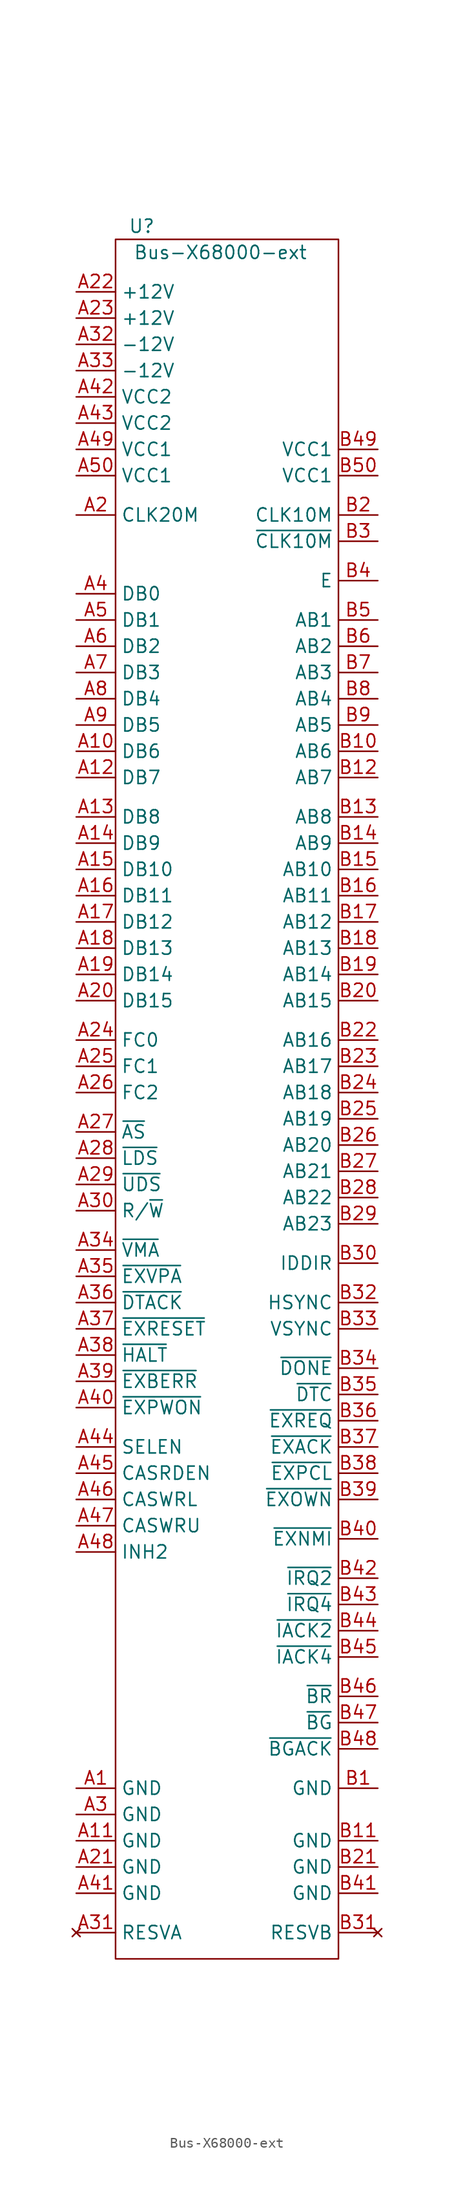
<source format=kicad_sym>
(kicad_symbol_lib
  (version 20211014)
  (generator kicad_symbol_editor)
  (symbol "Bus-X68000-ext"
    (property "Reference" "U"
      (at -5.08 24.13 0)
      (effects (font (size 1.27 1.27))))
    (property "Value" "Bus-X68000-ext"
      (at 2.54 21.59 0)
      (effects (font (size 1.27 1.27))))
    (symbol "Bus-X68000-ext_0_1"
      (rectangle (start -7.62 22.86) (end 13.97 -143.51) (stroke (width 0) (type default) (color 0 0 0 0)) (fill (type none))))
    (symbol "Bus-X68000-ext_1_1"
      (pin power_in line (at -11.43 -127 0) (length 3.81) (name "GND" (effects (font (size 1.27 1.27)))) (number "A1" (effects (font (size 1.27 1.27)))))
      (pin bidirectional line (at -11.43 -26.67 0) (length 3.81) (name "DB6" (effects (font (size 1.27 1.27)))) (number "A10" (effects (font (size 1.27 1.27)))))
      (pin power_in line (at -11.43 -132.08 0) (length 3.81) (name "GND" (effects (font (size 1.27 1.27)))) (number "A11" (effects (font (size 1.27 1.27)))))
      (pin bidirectional line (at -11.43 -29.21 0) (length 3.81) (name "DB7" (effects (font (size 1.27 1.27)))) (number "A12" (effects (font (size 1.27 1.27)))))
      (pin bidirectional line (at -11.43 -33.02 0) (length 3.81) (name "DB8" (effects (font (size 1.27 1.27)))) (number "A13" (effects (font (size 1.27 1.27)))))
      (pin bidirectional line (at -11.43 -35.56 0) (length 3.81) (name "DB9" (effects (font (size 1.27 1.27)))) (number "A14" (effects (font (size 1.27 1.27)))))
      (pin bidirectional line (at -11.43 -38.1 0) (length 3.81) (name "DB10" (effects (font (size 1.27 1.27)))) (number "A15" (effects (font (size 1.27 1.27)))))
      (pin bidirectional line (at -11.43 -40.64 0) (length 3.81) (name "DB11" (effects (font (size 1.27 1.27)))) (number "A16" (effects (font (size 1.27 1.27)))))
      (pin bidirectional line (at -11.43 -43.18 0) (length 3.81) (name "DB12" (effects (font (size 1.27 1.27)))) (number "A17" (effects (font (size 1.27 1.27)))))
      (pin bidirectional line (at -11.43 -45.72 0) (length 3.81) (name "DB13" (effects (font (size 1.27 1.27)))) (number "A18" (effects (font (size 1.27 1.27)))))
      (pin bidirectional line (at -11.43 -48.26 0) (length 3.81) (name "DB14" (effects (font (size 1.27 1.27)))) (number "A19" (effects (font (size 1.27 1.27)))))
      (pin output line (at -11.43 -3.81 0) (length 3.81) (name "CLK20M" (effects (font (size 1.27 1.27)))) (number "A2" (effects (font (size 1.27 1.27)))))
      (pin bidirectional line (at -11.43 -50.8 0) (length 3.81) (name "DB15" (effects (font (size 1.27 1.27)))) (number "A20" (effects (font (size 1.27 1.27)))))
      (pin power_in line (at -11.43 -134.62 0) (length 3.81) (name "GND" (effects (font (size 1.27 1.27)))) (number "A21" (effects (font (size 1.27 1.27)))))
      (pin power_in line (at -11.43 17.78 0) (length 3.81) (name "+12V" (effects (font (size 1.27 1.27)))) (number "A22" (effects (font (size 1.27 1.27)))))
      (pin power_in line (at -11.43 15.24 0) (length 3.81) (name "+12V" (effects (font (size 1.27 1.27)))) (number "A23" (effects (font (size 1.27 1.27)))))
      (pin bidirectional line (at -11.43 -54.61 0) (length 3.81) (name "FC0" (effects (font (size 1.27 1.27)))) (number "A24" (effects (font (size 1.27 1.27)))))
      (pin bidirectional line (at -11.43 -57.15 0) (length 3.81) (name "FC1" (effects (font (size 1.27 1.27)))) (number "A25" (effects (font (size 1.27 1.27)))))
      (pin bidirectional line (at -11.43 -59.69 0) (length 3.81) (name "FC2" (effects (font (size 1.27 1.27)))) (number "A26" (effects (font (size 1.27 1.27)))))
      (pin bidirectional line (at -11.43 -63.5 0) (length 3.81) (name "~{AS}" (effects (font (size 1.27 1.27)))) (number "A27" (effects (font (size 1.27 1.27)))))
      (pin bidirectional line (at -11.43 -66.04 0) (length 3.81) (name "~{LDS}" (effects (font (size 1.27 1.27)))) (number "A28" (effects (font (size 1.27 1.27)))))
      (pin bidirectional line (at -11.43 -68.58 0) (length 3.81) (name "~{UDS}" (effects (font (size 1.27 1.27)))) (number "A29" (effects (font (size 1.27 1.27)))))
      (pin power_in line (at -11.43 -129.54 0) (length 3.81) (name "GND" (effects (font (size 1.27 1.27)))) (number "A3" (effects (font (size 1.27 1.27)))))
      (pin bidirectional line (at -11.43 -71.12 0) (length 3.81) (name "R/~{W}" (effects (font (size 1.27 1.27)))) (number "A30" (effects (font (size 1.27 1.27)))))
      (pin no_connect line (at -11.43 -140.97 0) (length 3.81) (name "RESVA" (effects (font (size 1.27 1.27)))) (number "A31" (effects (font (size 1.27 1.27)))))
      (pin power_in line (at -11.43 12.7 0) (length 3.81) (name "-12V" (effects (font (size 1.27 1.27)))) (number "A32" (effects (font (size 1.27 1.27)))))
      (pin power_in line (at -11.43 10.16 0) (length 3.81) (name "-12V" (effects (font (size 1.27 1.27)))) (number "A33" (effects (font (size 1.27 1.27)))))
      (pin output line (at -11.43 -74.93 0) (length 3.81) (name "~{VMA}" (effects (font (size 1.27 1.27)))) (number "A34" (effects (font (size 1.27 1.27)))))
      (pin input line (at -11.43 -77.47 0) (length 3.81) (name "~{EXVPA}" (effects (font (size 1.27 1.27)))) (number "A35" (effects (font (size 1.27 1.27)))))
      (pin bidirectional line (at -11.43 -80.01 0) (length 3.81) (name "~{DTACK}" (effects (font (size 1.27 1.27)))) (number "A36" (effects (font (size 1.27 1.27)))))
      (pin output line (at -11.43 -82.55 0) (length 3.81) (name "~{EXRESET}" (effects (font (size 1.27 1.27)))) (number "A37" (effects (font (size 1.27 1.27)))))
      (pin bidirectional line (at -11.43 -85.09 0) (length 3.81) (name "~{HALT}" (effects (font (size 1.27 1.27)))) (number "A38" (effects (font (size 1.27 1.27)))))
      (pin bidirectional line (at -11.43 -87.63 0) (length 3.81) (name "~{EXBERR}" (effects (font (size 1.27 1.27)))) (number "A39" (effects (font (size 1.27 1.27)))))
      (pin bidirectional line (at -11.43 -11.43 0) (length 3.81) (name "DB0" (effects (font (size 1.27 1.27)))) (number "A4" (effects (font (size 1.27 1.27)))))
      (pin input line (at -11.43 -90.17 0) (length 3.81) (name "~{EXPWON}" (effects (font (size 1.27 1.27)))) (number "A40" (effects (font (size 1.27 1.27)))))
      (pin power_in line (at -11.43 -137.16 0) (length 3.81) (name "GND" (effects (font (size 1.27 1.27)))) (number "A41" (effects (font (size 1.27 1.27)))))
      (pin power_in line (at -11.43 7.62 0) (length 3.81) (name "VCC2" (effects (font (size 1.27 1.27)))) (number "A42" (effects (font (size 1.27 1.27)))))
      (pin power_in line (at -11.43 5.08 0) (length 3.81) (name "VCC2" (effects (font (size 1.27 1.27)))) (number "A43" (effects (font (size 1.27 1.27)))))
      (pin output line (at -11.43 -93.98 0) (length 3.81) (name "SELEN" (effects (font (size 1.27 1.27)))) (number "A44" (effects (font (size 1.27 1.27)))))
      (pin output line (at -11.43 -96.52 0) (length 3.81) (name "CASRDEN" (effects (font (size 1.27 1.27)))) (number "A45" (effects (font (size 1.27 1.27)))))
      (pin output line (at -11.43 -99.06 0) (length 3.81) (name "CASWRL" (effects (font (size 1.27 1.27)))) (number "A46" (effects (font (size 1.27 1.27)))))
      (pin output line (at -11.43 -101.6 0) (length 3.81) (name "CASWRU" (effects (font (size 1.27 1.27)))) (number "A47" (effects (font (size 1.27 1.27)))))
      (pin output line (at -11.43 -104.14 0) (length 3.81) (name "INH2" (effects (font (size 1.27 1.27)))) (number "A48" (effects (font (size 1.27 1.27)))))
      (pin power_in line (at -11.43 2.54 0) (length 3.81) (name "VCC1" (effects (font (size 1.27 1.27)))) (number "A49" (effects (font (size 1.27 1.27)))))
      (pin bidirectional line (at -11.43 -13.97 0) (length 3.81) (name "DB1" (effects (font (size 1.27 1.27)))) (number "A5" (effects (font (size 1.27 1.27)))))
      (pin power_in line (at -11.43 0 0) (length 3.81) (name "VCC1" (effects (font (size 1.27 1.27)))) (number "A50" (effects (font (size 1.27 1.27)))))
      (pin bidirectional line (at -11.43 -16.51 0) (length 3.81) (name "DB2" (effects (font (size 1.27 1.27)))) (number "A6" (effects (font (size 1.27 1.27)))))
      (pin bidirectional line (at -11.43 -19.05 0) (length 3.81) (name "DB3" (effects (font (size 1.27 1.27)))) (number "A7" (effects (font (size 1.27 1.27)))))
      (pin bidirectional line (at -11.43 -21.59 0) (length 3.81) (name "DB4" (effects (font (size 1.27 1.27)))) (number "A8" (effects (font (size 1.27 1.27)))))
      (pin bidirectional line (at -11.43 -24.13 0) (length 3.81) (name "DB5" (effects (font (size 1.27 1.27)))) (number "A9" (effects (font (size 1.27 1.27)))))
      (pin power_in line (at 17.78 -127 180) (length 3.81) (name "GND" (effects (font (size 1.27 1.27)))) (number "B1" (effects (font (size 1.27 1.27)))))
      (pin bidirectional line (at 17.78 -26.67 180) (length 3.81) (name "AB6" (effects (font (size 1.27 1.27)))) (number "B10" (effects (font (size 1.27 1.27)))))
      (pin power_in line (at 17.78 -132.08 180) (length 3.81) (name "GND" (effects (font (size 1.27 1.27)))) (number "B11" (effects (font (size 1.27 1.27)))))
      (pin bidirectional line (at 17.78 -29.21 180) (length 3.81) (name "AB7" (effects (font (size 1.27 1.27)))) (number "B12" (effects (font (size 1.27 1.27)))))
      (pin bidirectional line (at 17.78 -33.02 180) (length 3.81) (name "AB8" (effects (font (size 1.27 1.27)))) (number "B13" (effects (font (size 1.27 1.27)))))
      (pin bidirectional line (at 17.78 -35.56 180) (length 3.81) (name "AB9" (effects (font (size 1.27 1.27)))) (number "B14" (effects (font (size 1.27 1.27)))))
      (pin bidirectional line (at 17.78 -38.1 180) (length 3.81) (name "AB10" (effects (font (size 1.27 1.27)))) (number "B15" (effects (font (size 1.27 1.27)))))
      (pin bidirectional line (at 17.78 -40.64 180) (length 3.81) (name "AB11" (effects (font (size 1.27 1.27)))) (number "B16" (effects (font (size 1.27 1.27)))))
      (pin bidirectional line (at 17.78 -43.18 180) (length 3.81) (name "AB12" (effects (font (size 1.27 1.27)))) (number "B17" (effects (font (size 1.27 1.27)))))
      (pin bidirectional line (at 17.78 -45.72 180) (length 3.81) (name "AB13" (effects (font (size 1.27 1.27)))) (number "B18" (effects (font (size 1.27 1.27)))))
      (pin bidirectional line (at 17.78 -48.26 180) (length 3.81) (name "AB14" (effects (font (size 1.27 1.27)))) (number "B19" (effects (font (size 1.27 1.27)))))
      (pin output line (at 17.78 -3.81 180) (length 3.81) (name "CLK10M" (effects (font (size 1.27 1.27)))) (number "B2" (effects (font (size 1.27 1.27)))))
      (pin bidirectional line (at 17.78 -50.8 180) (length 3.81) (name "AB15" (effects (font (size 1.27 1.27)))) (number "B20" (effects (font (size 1.27 1.27)))))
      (pin power_in line (at 17.78 -134.62 180) (length 3.81) (name "GND" (effects (font (size 1.27 1.27)))) (number "B21" (effects (font (size 1.27 1.27)))))
      (pin bidirectional line (at 17.78 -54.61 180) (length 3.81) (name "AB16" (effects (font (size 1.27 1.27)))) (number "B22" (effects (font (size 1.27 1.27)))))
      (pin bidirectional line (at 17.78 -57.15 180) (length 3.81) (name "AB17" (effects (font (size 1.27 1.27)))) (number "B23" (effects (font (size 1.27 1.27)))))
      (pin bidirectional line (at 17.78 -59.69 180) (length 3.81) (name "AB18" (effects (font (size 1.27 1.27)))) (number "B24" (effects (font (size 1.27 1.27)))))
      (pin bidirectional line (at 17.78 -62.23 180) (length 3.81) (name "AB19" (effects (font (size 1.27 1.27)))) (number "B25" (effects (font (size 1.27 1.27)))))
      (pin bidirectional line (at 17.78 -64.77 180) (length 3.81) (name "AB20" (effects (font (size 1.27 1.27)))) (number "B26" (effects (font (size 1.27 1.27)))))
      (pin bidirectional line (at 17.78 -67.31 180) (length 3.81) (name "AB21" (effects (font (size 1.27 1.27)))) (number "B27" (effects (font (size 1.27 1.27)))))
      (pin bidirectional line (at 17.78 -69.85 180) (length 3.81) (name "AB22" (effects (font (size 1.27 1.27)))) (number "B28" (effects (font (size 1.27 1.27)))))
      (pin bidirectional line (at 17.78 -72.39 180) (length 3.81) (name "AB23" (effects (font (size 1.27 1.27)))) (number "B29" (effects (font (size 1.27 1.27)))))
      (pin output line (at 17.78 -6.35 180) (length 3.81) (name "~{CLK10M}" (effects (font (size 1.27 1.27)))) (number "B3" (effects (font (size 1.27 1.27)))))
      (pin output line (at 17.78 -76.2 180) (length 3.81) (name "IDDIR" (effects (font (size 1.27 1.27)))) (number "B30" (effects (font (size 1.27 1.27)))))
      (pin no_connect line (at 17.78 -140.97 180) (length 3.81) (name "RESVB" (effects (font (size 1.27 1.27)))) (number "B31" (effects (font (size 1.27 1.27)))))
      (pin output line (at 17.78 -80.01 180) (length 3.81) (name "HSYNC" (effects (font (size 1.27 1.27)))) (number "B32" (effects (font (size 1.27 1.27)))))
      (pin output line (at 17.78 -82.55 180) (length 3.81) (name "VSYNC" (effects (font (size 1.27 1.27)))) (number "B33" (effects (font (size 1.27 1.27)))))
      (pin output line (at 17.78 -86.36 180) (length 3.81) (name "~{DONE}" (effects (font (size 1.27 1.27)))) (number "B34" (effects (font (size 1.27 1.27)))))
      (pin input line (at 17.78 -88.9 180) (length 3.81) (name "~{DTC}" (effects (font (size 1.27 1.27)))) (number "B35" (effects (font (size 1.27 1.27)))))
      (pin bidirectional line (at 17.78 -91.44 180) (length 3.81) (name "~{EXREQ}" (effects (font (size 1.27 1.27)))) (number "B36" (effects (font (size 1.27 1.27)))))
      (pin output line (at 17.78 -93.98 180) (length 3.81) (name "~{EXACK}" (effects (font (size 1.27 1.27)))) (number "B37" (effects (font (size 1.27 1.27)))))
      (pin bidirectional line (at 17.78 -96.52 180) (length 3.81) (name "~{EXPCL}" (effects (font (size 1.27 1.27)))) (number "B38" (effects (font (size 1.27 1.27)))))
      (pin bidirectional line (at 17.78 -99.06 180) (length 3.81) (name "~{EXOWN}" (effects (font (size 1.27 1.27)))) (number "B39" (effects (font (size 1.27 1.27)))))
      (pin output line (at 17.78 -10.16 180) (length 3.81) (name "E" (effects (font (size 1.27 1.27)))) (number "B4" (effects (font (size 1.27 1.27)))))
      (pin bidirectional line (at 17.78 -102.87 180) (length 3.81) (name "~{EXNMI}" (effects (font (size 1.27 1.27)))) (number "B40" (effects (font (size 1.27 1.27)))))
      (pin power_in line (at 17.78 -137.16 180) (length 3.81) (name "GND" (effects (font (size 1.27 1.27)))) (number "B41" (effects (font (size 1.27 1.27)))))
      (pin input line (at 17.78 -106.68 180) (length 3.81) (name "~{IRQ2}" (effects (font (size 1.27 1.27)))) (number "B42" (effects (font (size 1.27 1.27)))))
      (pin input line (at 17.78 -109.22 180) (length 3.81) (name "~{IRQ4}" (effects (font (size 1.27 1.27)))) (number "B43" (effects (font (size 1.27 1.27)))))
      (pin output line (at 17.78 -111.76 180) (length 3.81) (name "~{IACK2}" (effects (font (size 1.27 1.27)))) (number "B44" (effects (font (size 1.27 1.27)))))
      (pin output line (at 17.78 -114.3 180) (length 3.81) (name "~{IACK4}" (effects (font (size 1.27 1.27)))) (number "B45" (effects (font (size 1.27 1.27)))))
      (pin input line (at 17.78 -118.11 180) (length 3.81) (name "~{BR}" (effects (font (size 1.27 1.27)))) (number "B46" (effects (font (size 1.27 1.27)))))
      (pin output line (at 17.78 -120.65 180) (length 3.81) (name "~{BG}" (effects (font (size 1.27 1.27)))) (number "B47" (effects (font (size 1.27 1.27)))))
      (pin input line (at 17.78 -123.19 180) (length 3.81) (name "~{BGACK}" (effects (font (size 1.27 1.27)))) (number "B48" (effects (font (size 1.27 1.27)))))
      (pin power_in line (at 17.78 2.54 180) (length 3.81) (name "VCC1" (effects (font (size 1.27 1.27)))) (number "B49" (effects (font (size 1.27 1.27)))))
      (pin bidirectional line (at 17.78 -13.97 180) (length 3.81) (name "AB1" (effects (font (size 1.27 1.27)))) (number "B5" (effects (font (size 1.27 1.27)))))
      (pin power_in line (at 17.78 0 180) (length 3.81) (name "VCC1" (effects (font (size 1.27 1.27)))) (number "B50" (effects (font (size 1.27 1.27)))))
      (pin bidirectional line (at 17.78 -16.51 180) (length 3.81) (name "AB2" (effects (font (size 1.27 1.27)))) (number "B6" (effects (font (size 1.27 1.27)))))
      (pin bidirectional line (at 17.78 -19.05 180) (length 3.81) (name "AB3" (effects (font (size 1.27 1.27)))) (number "B7" (effects (font (size 1.27 1.27)))))
      (pin bidirectional line (at 17.78 -21.59 180) (length 3.81) (name "AB4" (effects (font (size 1.27 1.27)))) (number "B8" (effects (font (size 1.27 1.27)))))
      (pin bidirectional line (at 17.78 -24.13 180) (length 3.81) (name "AB5" (effects (font (size 1.27 1.27)))) (number "B9" (effects (font (size 1.27 1.27))))))))
</source>
